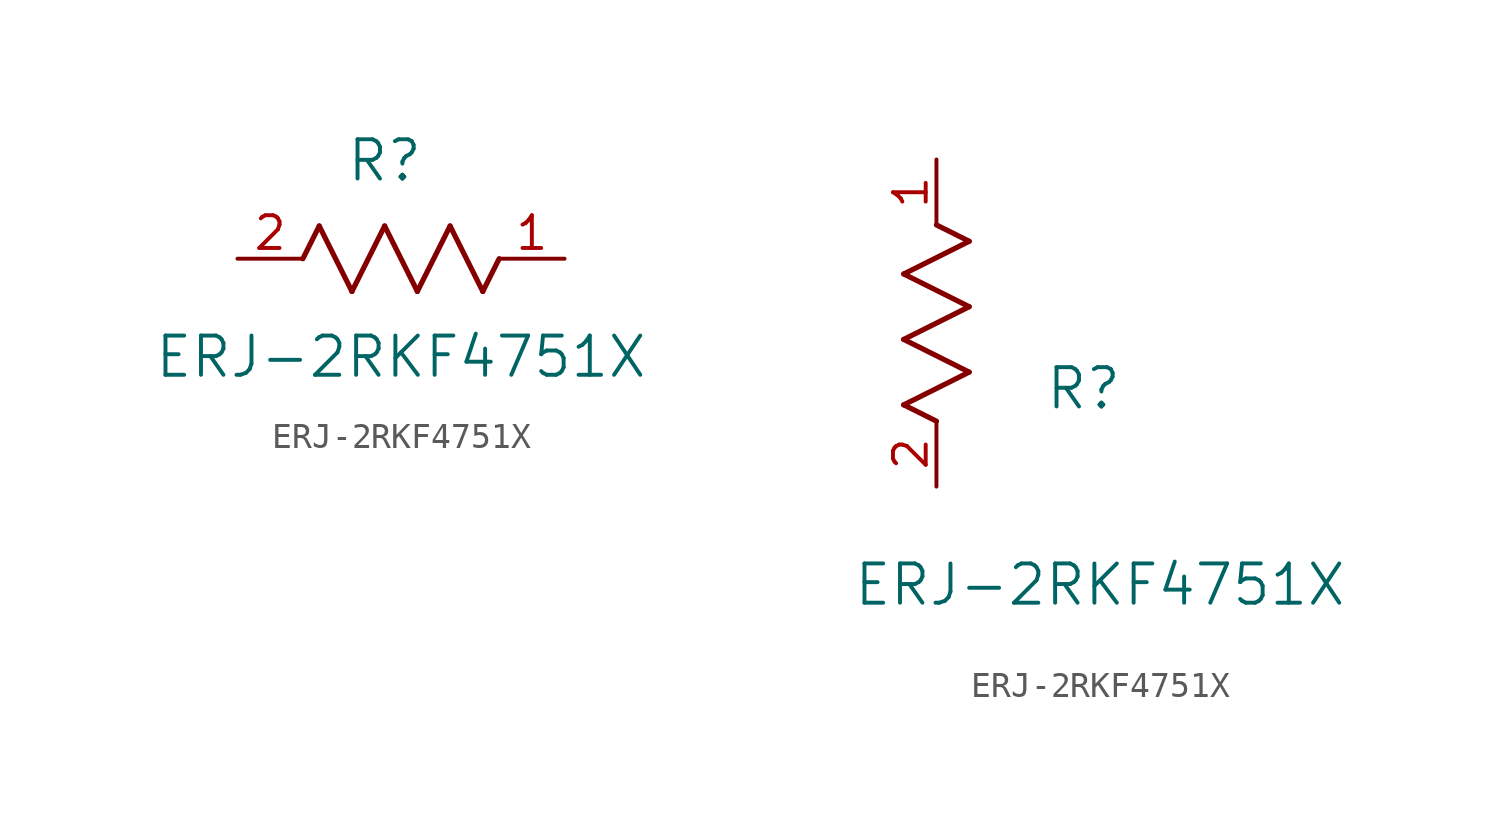
<source format=kicad_sym>
(kicad_symbol_lib
  (version 20211014)
  (generator kicad_symbol_editor)
  (symbol "ERJ-2RKF4751X"
    (pin_names
      (offset 0.254))
    (property "Reference" "R"
      (at 5.715 3.81 0)
      (effects (font (size 1.524 1.524))))
    (property "Value" "ERJ-2RKF4751X"
      (at 6.35 -3.81 0)
      (effects (font (size 1.524 1.524))))
    (symbol "ERJ-2RKF4751X_1_1"
      (polyline (pts (xy 3.175 1.27) (xy 4.445 -1.27)) (stroke (width 0.203) (type default) (color 0 0 0 0)) (fill (type none)))
      (polyline (pts (xy 4.445 -1.27) (xy 5.715 1.27)) (stroke (width 0.203) (type default) (color 0 0 0 0)) (fill (type none)))
      (polyline (pts (xy 5.715 1.27) (xy 6.985 -1.27)) (stroke (width 0.203) (type default) (color 0 0 0 0)) (fill (type none)))
      (polyline (pts (xy 6.985 -1.27) (xy 8.255 1.27)) (stroke (width 0.203) (type default) (color 0 0 0 0)) (fill (type none)))
      (polyline (pts (xy 8.255 1.27) (xy 9.525 -1.27)) (stroke (width 0.203) (type default) (color 0 0 0 0)) (fill (type none)))
      (polyline (pts (xy 2.54 0) (xy 3.175 1.27)) (stroke (width 0.203) (type default) (color 0 0 0 0)) (fill (type none)))
      (polyline (pts (xy 9.525 -1.27) (xy 10.16 0)) (stroke (width 0.203) (type default) (color 0 0 0 0)) (fill (type none)))
      (pin unspecified line (at 12.7 0 180) (length 2.54) (name "" (effects (font (size 1.27 1.27)))) (number "1" (effects (font (size 1.27 1.27)))))
      (pin unspecified line (at 0 0 0) (length 2.54) (name "" (effects (font (size 1.27 1.27)))) (number "2" (effects (font (size 1.27 1.27))))))
    (symbol "ERJ-2RKF4751X_1_2"
      (polyline (pts (xy 0 2.54) (xy -1.27 3.175)) (stroke (width 0.203) (type default) (color 0 0 0 0)) (fill (type none)))
      (polyline (pts (xy -1.27 3.175) (xy 1.27 4.445)) (stroke (width 0.203) (type default) (color 0 0 0 0)) (fill (type none)))
      (polyline (pts (xy 1.27 4.445) (xy -1.27 5.715)) (stroke (width 0.203) (type default) (color 0 0 0 0)) (fill (type none)))
      (polyline (pts (xy -1.27 5.715) (xy 1.27 6.985)) (stroke (width 0.203) (type default) (color 0 0 0 0)) (fill (type none)))
      (polyline (pts (xy -1.27 8.255) (xy 1.27 9.525)) (stroke (width 0.203) (type default) (color 0 0 0 0)) (fill (type none)))
      (polyline (pts (xy 1.27 9.525) (xy 0 10.16)) (stroke (width 0.203) (type default) (color 0 0 0 0)) (fill (type none)))
      (polyline (pts (xy 1.27 6.985) (xy -1.27 8.255)) (stroke (width 0.203) (type default) (color 0 0 0 0)) (fill (type none)))
      (pin unspecified line (at 0 12.7 270) (length 2.54) (name "" (effects (font (size 1.27 1.27)))) (number "1" (effects (font (size 1.27 1.27)))))
      (pin unspecified line (at 0 0 90) (length 2.54) (name "" (effects (font (size 1.27 1.27)))) (number "2" (effects (font (size 1.27 1.27))))))))
</source>
